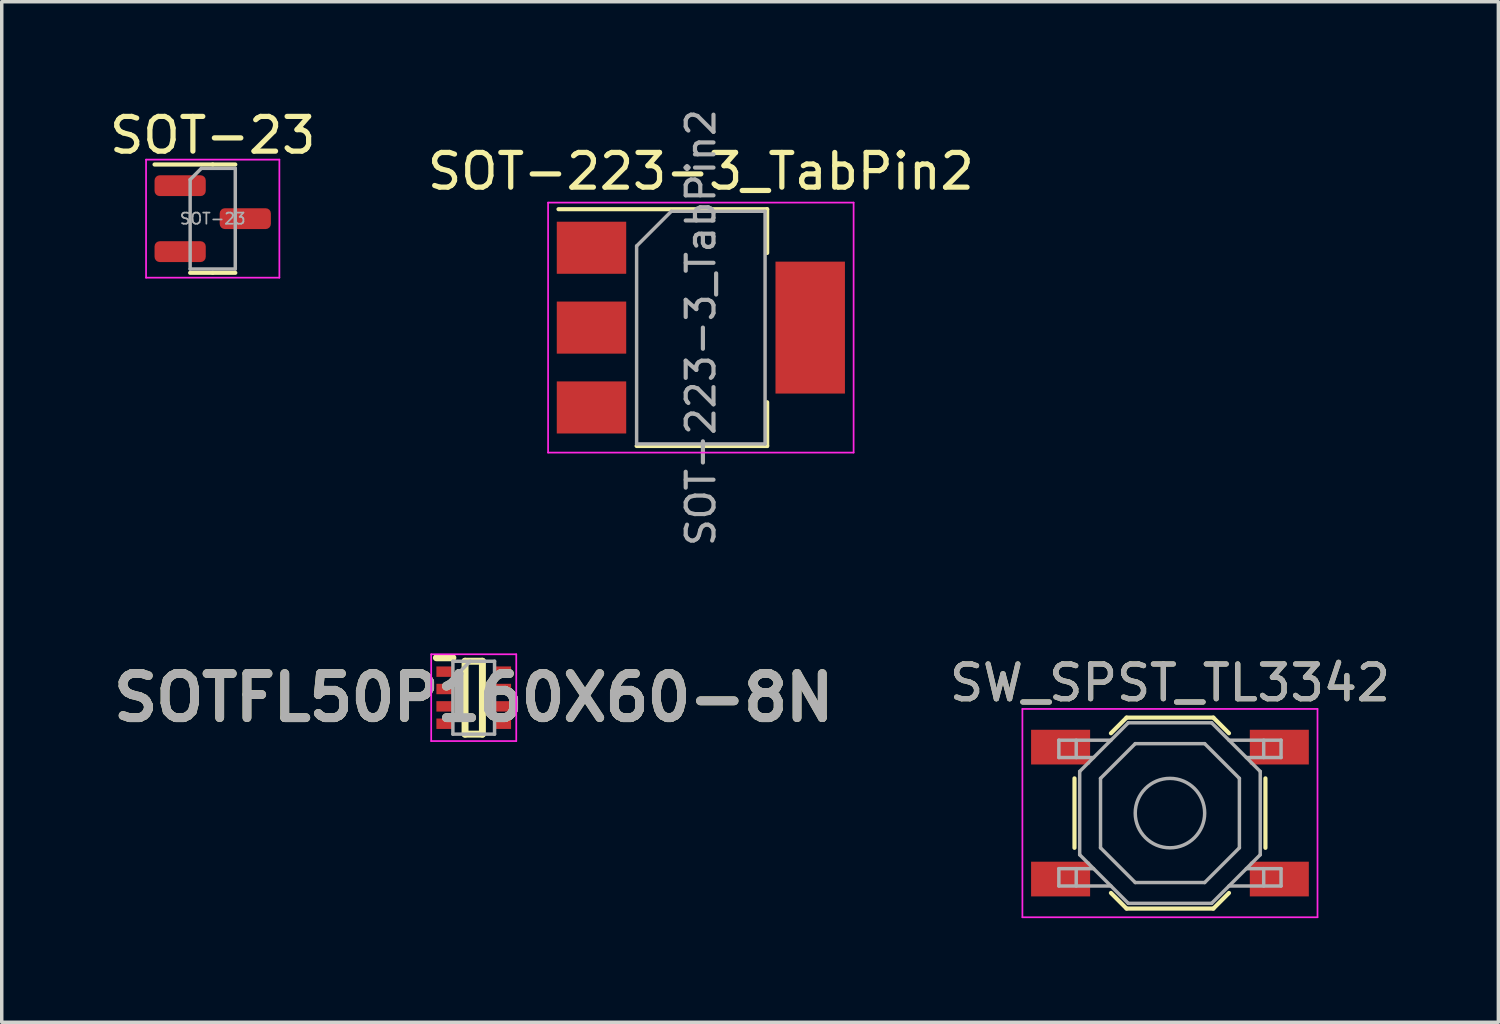
<source format=kicad_pcb>
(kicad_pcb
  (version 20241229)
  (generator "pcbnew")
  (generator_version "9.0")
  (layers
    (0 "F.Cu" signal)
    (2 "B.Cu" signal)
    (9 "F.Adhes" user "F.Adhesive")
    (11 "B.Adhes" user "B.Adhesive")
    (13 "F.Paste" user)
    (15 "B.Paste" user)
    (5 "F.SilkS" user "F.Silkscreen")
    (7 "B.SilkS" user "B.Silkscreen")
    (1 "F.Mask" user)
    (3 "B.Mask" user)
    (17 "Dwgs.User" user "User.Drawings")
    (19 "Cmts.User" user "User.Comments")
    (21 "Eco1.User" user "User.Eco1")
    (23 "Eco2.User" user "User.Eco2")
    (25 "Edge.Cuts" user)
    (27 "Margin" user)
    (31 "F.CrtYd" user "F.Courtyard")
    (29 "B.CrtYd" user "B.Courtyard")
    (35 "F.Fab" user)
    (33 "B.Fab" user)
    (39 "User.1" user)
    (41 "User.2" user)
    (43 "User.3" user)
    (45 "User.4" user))
  (footprint "SOT-223-3_TabPin2"
    (layer "F.Cu")
    (at 17.137 6.386)
    (property "Reference" "SOT-223-3_TabPin2" (at 0 -4.5 0) (layer "F.SilkS") (effects (font (size 1 1) (thickness 0.15))))
    (attr smd)
    (fp_line (start -4.1 -3.41) (end 1.91 -3.41) (stroke (width 0.12) (type solid)) (layer "F.SilkS"))
    (fp_line (start -1.85 3.41) (end 1.91 3.41) (stroke (width 0.12) (type solid)) (layer "F.SilkS"))
    (fp_line (start 1.91 -3.41) (end 1.91 -2.15) (stroke (width 0.12) (type solid)) (layer "F.SilkS"))
    (fp_line (start 1.91 3.41) (end 1.91 2.15) (stroke (width 0.12) (type solid)) (layer "F.SilkS"))
    (fp_line (start -4.4 -3.6) (end -4.4 3.6) (stroke (width 0.05) (type solid)) (layer "F.CrtYd"))
    (fp_line (start -4.4 3.6) (end 4.4 3.6) (stroke (width 0.05) (type solid)) (layer "F.CrtYd"))
    (fp_line (start 4.4 -3.6) (end -4.4 -3.6) (stroke (width 0.05) (type solid)) (layer "F.CrtYd"))
    (fp_line (start 4.4 3.6) (end 4.4 -3.6) (stroke (width 0.05) (type solid)) (layer "F.CrtYd"))
    (fp_line (start -1.85 -2.35) (end -1.85 3.35) (stroke (width 0.1) (type solid)) (layer "F.Fab"))
    (fp_line (start -1.85 -2.35) (end -0.85 -3.35) (stroke (width 0.1) (type solid)) (layer "F.Fab"))
    (fp_line (start -1.85 3.35) (end 1.85 3.35) (stroke (width 0.1) (type solid)) (layer "F.Fab"))
    (fp_line (start -0.85 -3.35) (end 1.85 -3.35) (stroke (width 0.1) (type solid)) (layer "F.Fab"))
    (fp_line (start 1.85 -3.35) (end 1.85 3.35) (stroke (width 0.1) (type solid)) (layer "F.Fab"))
    (fp_text user "${REFERENCE}" (at 0 0 90) (layer "F.Fab") (effects (font (size 0.8 0.8) (thickness 0.12))))
    (pad "1" smd rect (at -3.15 -2.3) (size 2 1.5) (layers "F.Cu" "F.Mask" "F.Paste"))
    (pad "2" smd rect (at -3.15 0) (size 2 1.5) (layers "F.Cu" "F.Mask" "F.Paste"))
    (pad "2" smd rect (at 3.15 0) (size 2 3.8) (layers "F.Cu" "F.Mask" "F.Paste"))
    (pad "3" smd rect (at -3.15 2.3) (size 2 1.5) (layers "F.Cu" "F.Mask" "F.Paste")))
  (footprint "SOT-23"
    (layer "F.Cu")
    (at 3.077 3.248)
    (property "Reference" "SOT-23" (at 0 -2.4 180) (layer "F.SilkS") (effects (font (size 1 1) (thickness 0.15))))
    (attr smd)
    (fp_line (start 0 -1.56) (end -1.675 -1.56) (stroke (width 0.12) (type solid)) (layer "F.SilkS"))
    (fp_line (start 0 -1.56) (end 0.65 -1.56) (stroke (width 0.12) (type solid)) (layer "F.SilkS"))
    (fp_line (start 0 1.56) (end -0.65 1.56) (stroke (width 0.12) (type solid)) (layer "F.SilkS"))
    (fp_line (start 0 1.56) (end 0.65 1.56) (stroke (width 0.12) (type solid)) (layer "F.SilkS"))
    (fp_line (start -1.92 -1.7) (end -1.92 1.7) (stroke (width 0.05) (type solid)) (layer "F.CrtYd"))
    (fp_line (start -1.92 1.7) (end 1.92 1.7) (stroke (width 0.05) (type solid)) (layer "F.CrtYd"))
    (fp_line (start 1.92 -1.7) (end -1.92 -1.7) (stroke (width 0.05) (type solid)) (layer "F.CrtYd"))
    (fp_line (start 1.92 1.7) (end 1.92 -1.7) (stroke (width 0.05) (type solid)) (layer "F.CrtYd"))
    (fp_line (start -0.65 -1.125) (end -0.325 -1.45) (stroke (width 0.1) (type solid)) (layer "F.Fab"))
    (fp_line (start -0.65 1.45) (end -0.65 -1.125) (stroke (width 0.1) (type solid)) (layer "F.Fab"))
    (fp_line (start -0.325 -1.45) (end 0.65 -1.45) (stroke (width 0.1) (type solid)) (layer "F.Fab"))
    (fp_line (start 0.65 -1.45) (end 0.65 1.45) (stroke (width 0.1) (type solid)) (layer "F.Fab"))
    (fp_line (start 0.65 1.45) (end -0.65 1.45) (stroke (width 0.1) (type solid)) (layer "F.Fab"))
    (fp_text user "${REFERENCE}" (at 0 0 180) (layer "F.Fab") (effects (font (size 0.32 0.32) (thickness 0.05))))
    (pad "1" smd roundrect (at -0.938 -0.95) (size 1.475 0.6) (layers "F.Cu" "F.Mask" "F.Paste") (roundrect_rratio 0.25))
    (pad "2" smd roundrect (at -0.938 0.95) (size 1.475 0.6) (layers "F.Cu" "F.Mask" "F.Paste") (roundrect_rratio 0.25))
    (pad "3" smd roundrect (at 0.938 0) (size 1.475 0.6) (layers "F.Cu" "F.Mask" "F.Paste") (roundrect_rratio 0.25)))
  (footprint "SOTFL50P160X60-8N"
    (layer "F.Cu")
    (at 10.595 17.046)
    (property "Reference" "SOTFL50P160X60-8N" (at 0 0 180) (layer "F.SilkS") (effects (font (size 1.27 1.27) (thickness 0.254))))
    (attr smd)
    (fp_line (start -1.075 -1.15) (end -0.6 -1.15) (stroke (width 0.2) (type solid)) (layer "F.SilkS"))
    (fp_line (start -0.25 -1.05) (end 0.25 -1.05) (stroke (width 0.2) (type solid)) (layer "F.SilkS"))
    (fp_line (start -0.25 1.05) (end -0.25 -1.05) (stroke (width 0.2) (type solid)) (layer "F.SilkS"))
    (fp_line (start 0.25 -1.05) (end 0.25 1.05) (stroke (width 0.2) (type solid)) (layer "F.SilkS"))
    (fp_line (start 0.25 1.05) (end -0.25 1.05) (stroke (width 0.2) (type solid)) (layer "F.SilkS"))
    (fp_line (start -1.225 -1.25) (end 1.225 -1.25) (stroke (width 0.05) (type solid)) (layer "F.CrtYd"))
    (fp_line (start -1.225 1.25) (end -1.225 -1.25) (stroke (width 0.05) (type solid)) (layer "F.CrtYd"))
    (fp_line (start 1.225 -1.25) (end 1.225 1.25) (stroke (width 0.05) (type solid)) (layer "F.CrtYd"))
    (fp_line (start 1.225 1.25) (end -1.225 1.25) (stroke (width 0.05) (type solid)) (layer "F.CrtYd"))
    (fp_line (start -0.6 -1.05) (end 0.6 -1.05) (stroke (width 0.1) (type solid)) (layer "F.Fab"))
    (fp_line (start -0.6 -0.55) (end -0.1 -1.05) (stroke (width 0.1) (type solid)) (layer "F.Fab"))
    (fp_line (start -0.6 1.05) (end -0.6 -1.05) (stroke (width 0.1) (type solid)) (layer "F.Fab"))
    (fp_line (start 0.6 -1.05) (end 0.6 1.05) (stroke (width 0.1) (type solid)) (layer "F.Fab"))
    (fp_line (start 0.6 1.05) (end -0.6 1.05) (stroke (width 0.1) (type solid)) (layer "F.Fab"))
    (fp_text user "${REFERENCE}" (at 0 0 180) (layer "F.Fab") (effects (font (size 1.27 1.27) (thickness 0.254))))
    (pad "1" smd rect (at -0.838 -0.75 90) (size 0.3 0.475) (layers "F.Cu" "F.Mask" "F.Paste"))
    (pad "2" smd rect (at -0.838 -0.25 90) (size 0.3 0.475) (layers "F.Cu" "F.Mask" "F.Paste"))
    (pad "3" smd rect (at -0.838 0.25 90) (size 0.3 0.475) (layers "F.Cu" "F.Mask" "F.Paste"))
    (pad "4" smd rect (at -0.838 0.75 90) (size 0.3 0.475) (layers "F.Cu" "F.Mask" "F.Paste"))
    (pad "5" smd rect (at 0.838 0.75 90) (size 0.3 0.475) (layers "F.Cu" "F.Mask" "F.Paste"))
    (pad "6" smd rect (at 0.838 0.25 90) (size 0.3 0.475) (layers "F.Cu" "F.Mask" "F.Paste"))
    (pad "7" smd rect (at 0.838 -0.25 90) (size 0.3 0.475) (layers "F.Cu" "F.Mask" "F.Paste"))
    (pad "8" smd rect (at 0.838 -0.75 90) (size 0.3 0.475) (layers "F.Cu" "F.Mask" "F.Paste")))
  (footprint "SW_SPST_TL3342"
    (layer "F.Cu")
    (at 30.649 20.37)
    (property "Reference" "SW_SPST_TL3342" (at 0 -3.75 0) (layer "F.SilkS") (effects (font (size 1 1) (thickness 0.15))))
    (attr smd)
    (fp_line (start -2.75 -1) (end -2.75 1) (stroke (width 0.12) (type solid)) (layer "F.SilkS"))
    (fp_line (start -1.7 -2.3) (end -1.25 -2.75) (stroke (width 0.12) (type solid)) (layer "F.SilkS"))
    (fp_line (start -1.7 2.3) (end -1.25 2.75) (stroke (width 0.12) (type solid)) (layer "F.SilkS"))
    (fp_line (start -1.25 -2.75) (end 1.25 -2.75) (stroke (width 0.12) (type solid)) (layer "F.SilkS"))
    (fp_line (start -1.25 2.75) (end 1.25 2.75) (stroke (width 0.12) (type solid)) (layer "F.SilkS"))
    (fp_line (start 1.7 -2.3) (end 1.25 -2.75) (stroke (width 0.12) (type solid)) (layer "F.SilkS"))
    (fp_line (start 1.7 2.3) (end 1.25 2.75) (stroke (width 0.12) (type solid)) (layer "F.SilkS"))
    (fp_line (start 2.75 -1) (end 2.75 1) (stroke (width 0.12) (type solid)) (layer "F.SilkS"))
    (fp_line (start -4.25 -3) (end 4.25 -3) (stroke (width 0.05) (type solid)) (layer "F.CrtYd"))
    (fp_line (start -4.25 3) (end -4.25 -3) (stroke (width 0.05) (type solid)) (layer "F.CrtYd"))
    (fp_line (start 4.25 -3) (end 4.25 3) (stroke (width 0.05) (type solid)) (layer "F.CrtYd"))
    (fp_line (start 4.25 3) (end -4.25 3) (stroke (width 0.05) (type solid)) (layer "F.CrtYd"))
    (fp_line (start -3.2 -2.1) (end -3.2 -1.6) (stroke (width 0.1) (type solid)) (layer "F.Fab"))
    (fp_line (start -3.2 -1.6) (end -2.2 -1.6) (stroke (width 0.1) (type solid)) (layer "F.Fab"))
    (fp_line (start -3.2 1.6) (end -2.2 1.6) (stroke (width 0.1) (type solid)) (layer "F.Fab"))
    (fp_line (start -3.2 2.1) (end -3.2 1.6) (stroke (width 0.1) (type solid)) (layer "F.Fab"))
    (fp_line (start -2.7 -2.1) (end -2.7 -1.6) (stroke (width 0.1) (type solid)) (layer "F.Fab"))
    (fp_line (start -2.7 2.1) (end -2.7 1.6) (stroke (width 0.1) (type solid)) (layer "F.Fab"))
    (fp_line (start -2.6 -1.2) (end -2.6 1.2) (stroke (width 0.1) (type solid)) (layer "F.Fab"))
    (fp_line (start -2.6 1.2) (end -1.2 2.6) (stroke (width 0.1) (type solid)) (layer "F.Fab"))
    (fp_line (start -2 -1) (end -1 -2) (stroke (width 0.1) (type solid)) (layer "F.Fab"))
    (fp_line (start -2 1) (end -2 -1) (stroke (width 0.1) (type solid)) (layer "F.Fab"))
    (fp_line (start -1.7 -2.1) (end -3.2 -2.1) (stroke (width 0.1) (type solid)) (layer "F.Fab"))
    (fp_line (start -1.7 2.1) (end -3.2 2.1) (stroke (width 0.1) (type solid)) (layer "F.Fab"))
    (fp_line (start -1.2 -2.6) (end -2.6 -1.2) (stroke (width 0.1) (type solid)) (layer "F.Fab"))
    (fp_line (start -1.2 2.6) (end 1.2 2.6) (stroke (width 0.1) (type solid)) (layer "F.Fab"))
    (fp_line (start -1 -2) (end 1 -2) (stroke (width 0.1) (type solid)) (layer "F.Fab"))
    (fp_line (start -1 2) (end -2 1) (stroke (width 0.1) (type solid)) (layer "F.Fab"))
    (fp_line (start 1 -2) (end 2 -1) (stroke (width 0.1) (type solid)) (layer "F.Fab"))
    (fp_line (start 1 2) (end -1 2) (stroke (width 0.1) (type solid)) (layer "F.Fab"))
    (fp_line (start 1.2 -2.6) (end -1.2 -2.6) (stroke (width 0.1) (type solid)) (layer "F.Fab"))
    (fp_line (start 1.2 2.6) (end 2.6 1.2) (stroke (width 0.1) (type solid)) (layer "F.Fab"))
    (fp_line (start 1.7 -2.1) (end 3.2 -2.1) (stroke (width 0.1) (type solid)) (layer "F.Fab"))
    (fp_line (start 1.7 2.1) (end 3.2 2.1) (stroke (width 0.1) (type solid)) (layer "F.Fab"))
    (fp_line (start 2 -1) (end 2 1) (stroke (width 0.1) (type solid)) (layer "F.Fab"))
    (fp_line (start 2 1) (end 1 2) (stroke (width 0.1) (type solid)) (layer "F.Fab"))
    (fp_line (start 2.6 -1.2) (end 1.2 -2.6) (stroke (width 0.1) (type solid)) (layer "F.Fab"))
    (fp_line (start 2.6 1.2) (end 2.6 -1.2) (stroke (width 0.1) (type solid)) (layer "F.Fab"))
    (fp_line (start 2.7 -2.1) (end 2.7 -1.6) (stroke (width 0.1) (type solid)) (layer "F.Fab"))
    (fp_line (start 2.7 2.1) (end 2.7 1.6) (stroke (width 0.1) (type solid)) (layer "F.Fab"))
    (fp_line (start 3.2 -2.1) (end 3.2 -1.6) (stroke (width 0.1) (type solid)) (layer "F.Fab"))
    (fp_line (start 3.2 -1.6) (end 2.2 -1.6) (stroke (width 0.1) (type solid)) (layer "F.Fab"))
    (fp_line (start 3.2 1.6) (end 2.2 1.6) (stroke (width 0.1) (type solid)) (layer "F.Fab"))
    (fp_line (start 3.2 2.1) (end 3.2 1.6) (stroke (width 0.1) (type solid)) (layer "F.Fab"))
    (fp_circle (center 0 0) (end 1 0) (stroke (width 0.1) (type solid)) (fill no) (layer "F.Fab"))
    (fp_text user "${REFERENCE}" (at 0 -3.75 0) (layer "F.Fab") (effects (font (size 1 1) (thickness 0.15))))
    (pad "1" smd rect (at -3.15 -1.9) (size 1.7 1) (layers "F.Cu" "F.Mask" "F.Paste"))
    (pad "1" smd rect (at 3.15 -1.9) (size 1.7 1) (layers "F.Cu" "F.Mask" "F.Paste"))
    (pad "2" smd rect (at -3.15 1.9) (size 1.7 1) (layers "F.Cu" "F.Mask" "F.Paste"))
    (pad "2" smd rect (at 3.15 1.9) (size 1.7 1) (layers "F.Cu" "F.Mask" "F.Paste")))
  (gr_rect
    (start -3 -3)
    (end 40.108 26.395)
    (stroke (width 0.1) (type default))
    (fill no)
    (layer "Edge.Cuts")))
</source>
